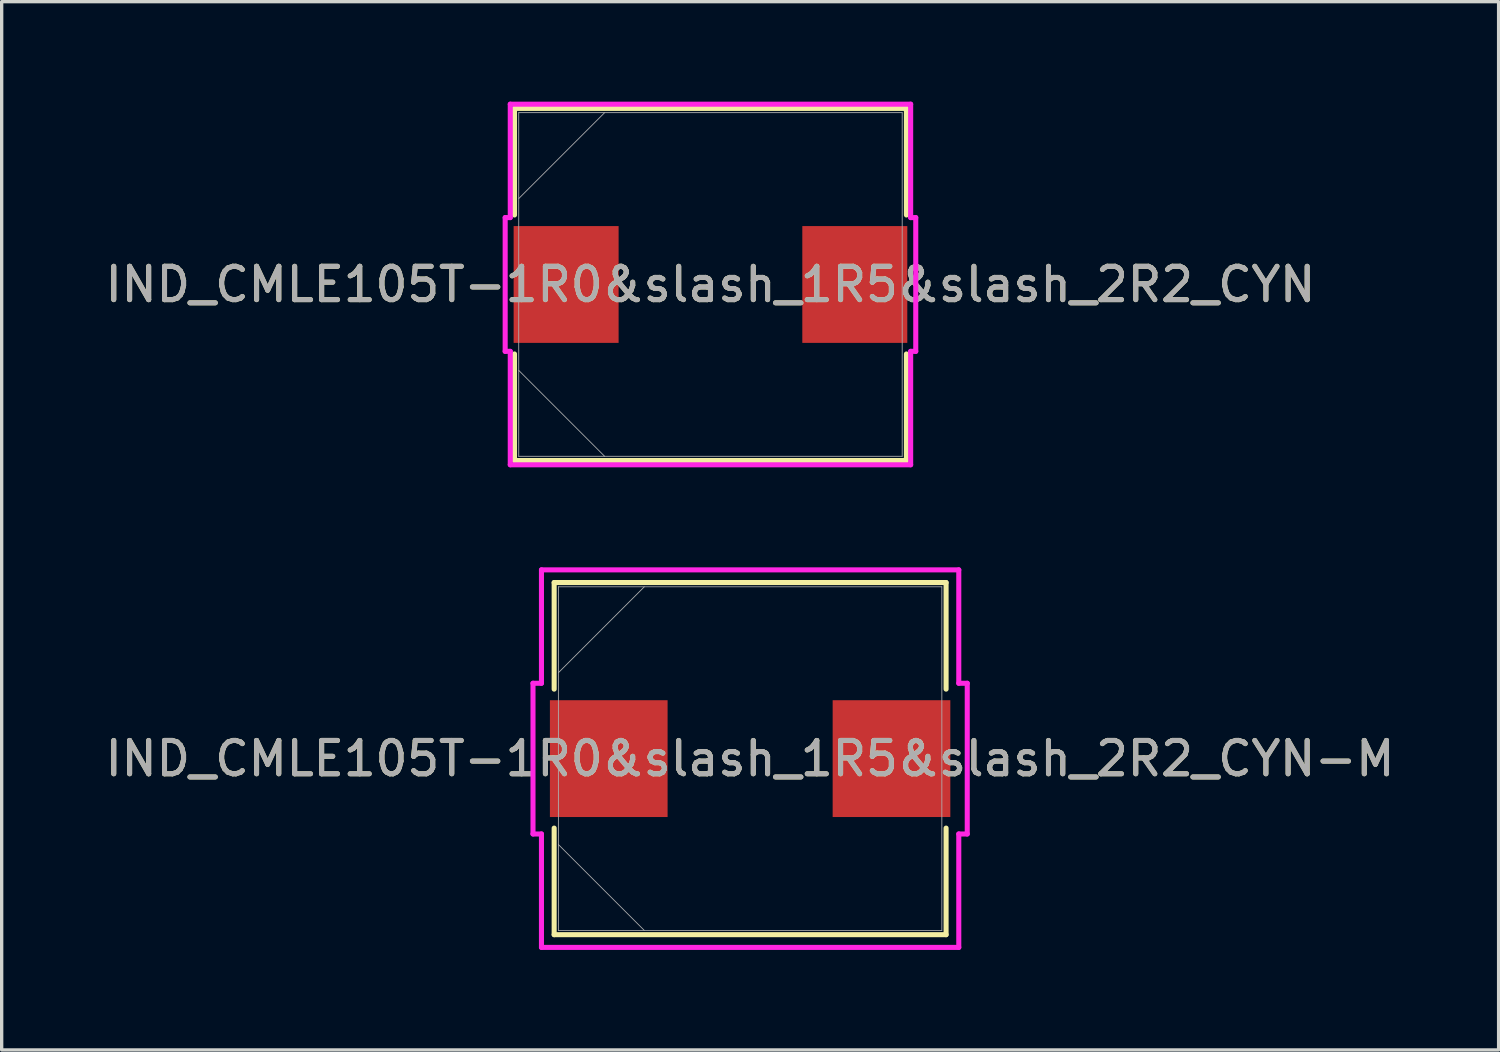
<source format=kicad_pcb>
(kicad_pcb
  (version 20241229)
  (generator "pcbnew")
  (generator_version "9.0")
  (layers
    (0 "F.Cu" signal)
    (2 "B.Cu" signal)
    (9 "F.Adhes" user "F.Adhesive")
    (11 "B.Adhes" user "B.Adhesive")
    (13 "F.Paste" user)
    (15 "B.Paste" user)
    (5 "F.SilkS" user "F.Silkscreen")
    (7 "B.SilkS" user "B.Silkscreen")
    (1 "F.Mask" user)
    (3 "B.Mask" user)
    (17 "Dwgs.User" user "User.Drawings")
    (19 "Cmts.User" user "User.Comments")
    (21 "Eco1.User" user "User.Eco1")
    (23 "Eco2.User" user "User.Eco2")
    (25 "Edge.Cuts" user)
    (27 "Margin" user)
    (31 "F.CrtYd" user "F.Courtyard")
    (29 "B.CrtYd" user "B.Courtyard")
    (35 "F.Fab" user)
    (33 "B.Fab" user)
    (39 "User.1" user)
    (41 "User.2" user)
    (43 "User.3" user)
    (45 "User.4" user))
  (footprint "IND_CMLE105T-1R0&slash_1R5&slash_2R2_CYN"
    (layer "F.Cu")
    (at 18.268 5.486)
    (property "Reference" "IND_CMLE105T-1R0&slash_1R5&slash_2R2_CYN" (at 0 0 0) (unlocked yes) (layer "F.SilkS") (effects (font (size 1 1) (thickness 0.15))))
    (attr smd)
    (fp_line (start -5.88 -5.283) (end -5.88 -2.085) (stroke (width 0.152) (type solid)) (layer "F.SilkS"))
    (fp_line (start -5.88 2.085) (end -5.88 5.283) (stroke (width 0.152) (type solid)) (layer "F.SilkS"))
    (fp_line (start -5.88 5.283) (end 5.88 5.283) (stroke (width 0.152) (type solid)) (layer "F.SilkS"))
    (fp_line (start 5.88 -5.283) (end -5.88 -5.283) (stroke (width 0.152) (type solid)) (layer "F.SilkS"))
    (fp_line (start 5.88 -2.085) (end 5.88 -5.283) (stroke (width 0.152) (type solid)) (layer "F.SilkS"))
    (fp_line (start 5.88 5.283) (end 5.88 2.085) (stroke (width 0.152) (type solid)) (layer "F.SilkS"))
    (fp_line (start -6.16 -2.007) (end -6.007 -2.007) (stroke (width 0.152) (type solid)) (layer "F.CrtYd"))
    (fp_line (start -6.16 2.007) (end -6.16 -2.007) (stroke (width 0.152) (type solid)) (layer "F.CrtYd"))
    (fp_line (start -6.007 -5.41) (end 6.007 -5.41) (stroke (width 0.152) (type solid)) (layer "F.CrtYd"))
    (fp_line (start -6.007 -2.007) (end -6.007 -5.41) (stroke (width 0.152) (type solid)) (layer "F.CrtYd"))
    (fp_line (start -6.007 2.007) (end -6.16 2.007) (stroke (width 0.152) (type solid)) (layer "F.CrtYd"))
    (fp_line (start -6.007 2.007) (end -6.007 5.41) (stroke (width 0.152) (type solid)) (layer "F.CrtYd"))
    (fp_line (start -6.007 5.41) (end 6.007 5.41) (stroke (width 0.152) (type solid)) (layer "F.CrtYd"))
    (fp_line (start 6.007 -5.41) (end 6.007 -2.007) (stroke (width 0.152) (type solid)) (layer "F.CrtYd"))
    (fp_line (start 6.007 -2.007) (end 6.16 -2.007) (stroke (width 0.152) (type solid)) (layer "F.CrtYd"))
    (fp_line (start 6.007 2.007) (end 6.16 2.007) (stroke (width 0.152) (type solid)) (layer "F.CrtYd"))
    (fp_line (start 6.007 5.41) (end 6.007 2.007) (stroke (width 0.152) (type solid)) (layer "F.CrtYd"))
    (fp_line (start 6.16 -2.007) (end 6.16 2.007) (stroke (width 0.152) (type solid)) (layer "F.CrtYd"))
    (fp_line (start -5.753 -5.156) (end -5.753 5.156) (stroke (width 0.025) (type solid)) (layer "F.Fab"))
    (fp_line (start -5.753 -2.578) (end -3.175 -5.156) (stroke (width 0.025) (type solid)) (layer "F.Fab"))
    (fp_line (start -5.753 2.578) (end -3.175 5.156) (stroke (width 0.025) (type solid)) (layer "F.Fab"))
    (fp_line (start -5.753 5.156) (end 5.753 5.156) (stroke (width 0.025) (type solid)) (layer "F.Fab"))
    (fp_line (start 5.753 -5.156) (end -5.753 -5.156) (stroke (width 0.025) (type solid)) (layer "F.Fab"))
    (fp_line (start 5.753 5.156) (end 5.753 -5.156) (stroke (width 0.025) (type solid)) (layer "F.Fab"))
    (fp_text user "${REFERENCE}" (at 0 0 0) (unlocked yes) (layer "F.Fab") (effects (font (size 1 1) (thickness 0.15))))
    (pad "1" smd rect (at -4.331 0 90) (size 3.505 3.15) (layers "F.Cu" "F.Mask" "F.Paste"))
    (pad "2" smd rect (at 4.331 0 90) (size 3.505 3.15) (layers "F.Cu" "F.Mask" "F.Paste")))
  (footprint "IND_CMLE105T-1R0&slash_1R5&slash_2R2_CYN-M"
    (layer "F.Cu")
    (at 19.458 19.713)
    (property "Reference" "IND_CMLE105T-1R0&slash_1R5&slash_2R2_CYN-M" (at 0 0 0) (unlocked yes) (layer "F.SilkS") (effects (font (size 1 1) (thickness 0.15))))
    (attr smd)
    (fp_line (start -5.88 -5.283) (end -5.88 -2.085) (stroke (width 0.152) (type solid)) (layer "F.SilkS"))
    (fp_line (start -5.88 2.085) (end -5.88 5.283) (stroke (width 0.152) (type solid)) (layer "F.SilkS"))
    (fp_line (start -5.88 5.283) (end 5.88 5.283) (stroke (width 0.152) (type solid)) (layer "F.SilkS"))
    (fp_line (start 5.88 -5.283) (end -5.88 -5.283) (stroke (width 0.152) (type solid)) (layer "F.SilkS"))
    (fp_line (start 5.88 -2.085) (end 5.88 -5.283) (stroke (width 0.152) (type solid)) (layer "F.SilkS"))
    (fp_line (start 5.88 5.283) (end 5.88 2.085) (stroke (width 0.152) (type solid)) (layer "F.SilkS"))
    (fp_line (start -6.515 -2.261) (end -6.261 -2.261) (stroke (width 0.152) (type solid)) (layer "F.CrtYd"))
    (fp_line (start -6.515 2.261) (end -6.515 -2.261) (stroke (width 0.152) (type solid)) (layer "F.CrtYd"))
    (fp_line (start -6.261 -5.664) (end 6.261 -5.664) (stroke (width 0.152) (type solid)) (layer "F.CrtYd"))
    (fp_line (start -6.261 -2.261) (end -6.261 -5.664) (stroke (width 0.152) (type solid)) (layer "F.CrtYd"))
    (fp_line (start -6.261 2.261) (end -6.515 2.261) (stroke (width 0.152) (type solid)) (layer "F.CrtYd"))
    (fp_line (start -6.261 2.261) (end -6.261 5.664) (stroke (width 0.152) (type solid)) (layer "F.CrtYd"))
    (fp_line (start -6.261 5.664) (end 6.261 5.664) (stroke (width 0.152) (type solid)) (layer "F.CrtYd"))
    (fp_line (start 6.261 -5.664) (end 6.261 -2.261) (stroke (width 0.152) (type solid)) (layer "F.CrtYd"))
    (fp_line (start 6.261 -2.261) (end 6.515 -2.261) (stroke (width 0.152) (type solid)) (layer "F.CrtYd"))
    (fp_line (start 6.261 2.261) (end 6.515 2.261) (stroke (width 0.152) (type solid)) (layer "F.CrtYd"))
    (fp_line (start 6.261 5.664) (end 6.261 2.261) (stroke (width 0.152) (type solid)) (layer "F.CrtYd"))
    (fp_line (start 6.515 -2.261) (end 6.515 2.261) (stroke (width 0.152) (type solid)) (layer "F.CrtYd"))
    (fp_line (start -5.753 -5.156) (end -5.753 5.156) (stroke (width 0.025) (type solid)) (layer "F.Fab"))
    (fp_line (start -5.753 -2.578) (end -3.175 -5.156) (stroke (width 0.025) (type solid)) (layer "F.Fab"))
    (fp_line (start -5.753 2.578) (end -3.175 5.156) (stroke (width 0.025) (type solid)) (layer "F.Fab"))
    (fp_line (start -5.753 5.156) (end 5.753 5.156) (stroke (width 0.025) (type solid)) (layer "F.Fab"))
    (fp_line (start 5.753 -5.156) (end -5.753 -5.156) (stroke (width 0.025) (type solid)) (layer "F.Fab"))
    (fp_line (start 5.753 5.156) (end 5.753 -5.156) (stroke (width 0.025) (type solid)) (layer "F.Fab"))
    (fp_text user "${REFERENCE}" (at 0 0 0) (unlocked yes) (layer "F.Fab") (effects (font (size 1 1) (thickness 0.15))))
    (pad "1" smd rect (at -4.242 0 90) (size 3.505 3.531) (layers "F.Cu" "F.Mask" "F.Paste"))
    (pad "2" smd rect (at 4.242 0 90) (size 3.505 3.531) (layers "F.Cu" "F.Mask" "F.Paste")))
  (gr_rect
    (start -3 -3)
    (end 41.917 28.454)
    (stroke (width 0.1) (type default))
    (fill no)
    (layer "Edge.Cuts")))
</source>
